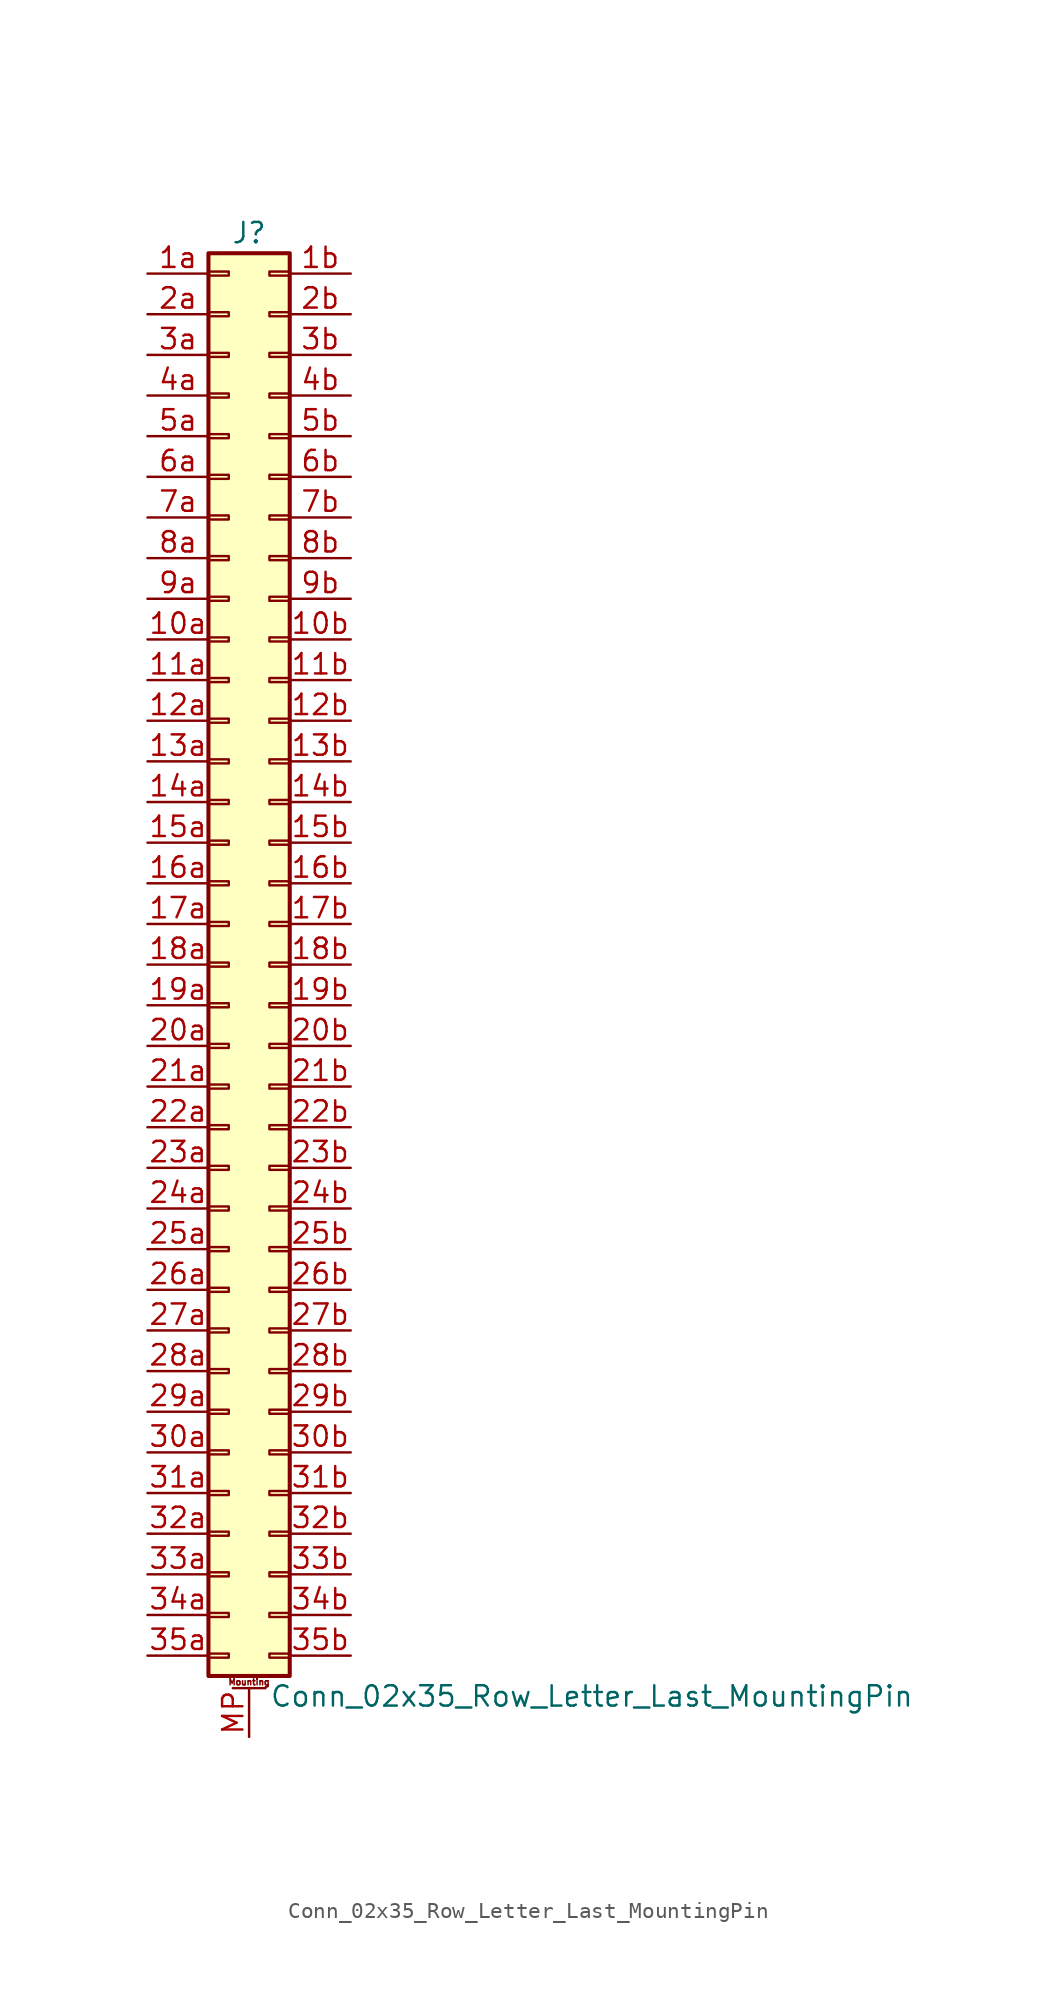
<source format=kicad_sym>
(kicad_symbol_lib
  (version 20201005)
  (generator kicad_symbol_editor)
  (symbol "Conn_02x35_Row_Letter_Last_MountingPin"
    (pin_names
      (offset 1.016) hide)
    (property "Reference" "J"
      (at 1.27 45.72 0)
      (effects (font (size 1.27 1.27))))
    (property "Value" "Conn_02x35_Row_Letter_Last_MountingPin"
      (at 2.54 -45.72 0)
      (effects (font (size 1.27 1.27)) (justify left)))
    (symbol "Conn_02x35_Row_Letter_Last_MountingPin_1_1"
      (text "Mounting" (at 1.27 -44.831 0) (effects (font (size 0.381 0.381))))
      (rectangle (start -1.27 -43.053) (end 0 -43.307) (stroke (width 0.152)) (fill (type none)))
      (rectangle (start -1.27 -40.513) (end 0 -40.767) (stroke (width 0.152)) (fill (type none)))
      (rectangle (start -1.27 -37.973) (end 0 -38.227) (stroke (width 0.152)) (fill (type none)))
      (rectangle (start -1.27 -35.433) (end 0 -35.687) (stroke (width 0.152)) (fill (type none)))
      (rectangle (start -1.27 -32.893) (end 0 -33.147) (stroke (width 0.152)) (fill (type none)))
      (rectangle (start -1.27 -30.353) (end 0 -30.607) (stroke (width 0.152)) (fill (type none)))
      (rectangle (start -1.27 -27.813) (end 0 -28.067) (stroke (width 0.152)) (fill (type none)))
      (rectangle (start -1.27 -25.273) (end 0 -25.527) (stroke (width 0.152)) (fill (type none)))
      (rectangle (start -1.27 -22.733) (end 0 -22.987) (stroke (width 0.152)) (fill (type none)))
      (rectangle (start -1.27 -20.193) (end 0 -20.447) (stroke (width 0.152)) (fill (type none)))
      (rectangle (start -1.27 -17.653) (end 0 -17.907) (stroke (width 0.152)) (fill (type none)))
      (rectangle (start -1.27 -15.113) (end 0 -15.367) (stroke (width 0.152)) (fill (type none)))
      (rectangle (start -1.27 -12.573) (end 0 -12.827) (stroke (width 0.152)) (fill (type none)))
      (rectangle (start -1.27 -10.033) (end 0 -10.287) (stroke (width 0.152)) (fill (type none)))
      (rectangle (start -1.27 -7.493) (end 0 -7.747) (stroke (width 0.152)) (fill (type none)))
      (rectangle (start -1.27 -4.953) (end 0 -5.207) (stroke (width 0.152)) (fill (type none)))
      (rectangle (start -1.27 -2.413) (end 0 -2.667) (stroke (width 0.152)) (fill (type none)))
      (rectangle (start -1.27 0.127) (end 0 -0.127) (stroke (width 0.152)) (fill (type none)))
      (rectangle (start -1.27 2.667) (end 0 2.413) (stroke (width 0.152)) (fill (type none)))
      (rectangle (start -1.27 5.207) (end 0 4.953) (stroke (width 0.152)) (fill (type none)))
      (rectangle (start -1.27 7.747) (end 0 7.493) (stroke (width 0.152)) (fill (type none)))
      (rectangle (start -1.27 10.287) (end 0 10.033) (stroke (width 0.152)) (fill (type none)))
      (rectangle (start -1.27 12.827) (end 0 12.573) (stroke (width 0.152)) (fill (type none)))
      (rectangle (start -1.27 15.367) (end 0 15.113) (stroke (width 0.152)) (fill (type none)))
      (rectangle (start -1.27 17.907) (end 0 17.653) (stroke (width 0.152)) (fill (type none)))
      (rectangle (start -1.27 20.447) (end 0 20.193) (stroke (width 0.152)) (fill (type none)))
      (rectangle (start -1.27 22.987) (end 0 22.733) (stroke (width 0.152)) (fill (type none)))
      (rectangle (start -1.27 25.527) (end 0 25.273) (stroke (width 0.152)) (fill (type none)))
      (rectangle (start -1.27 28.067) (end 0 27.813) (stroke (width 0.152)) (fill (type none)))
      (rectangle (start -1.27 30.607) (end 0 30.353) (stroke (width 0.152)) (fill (type none)))
      (rectangle (start -1.27 33.147) (end 0 32.893) (stroke (width 0.152)) (fill (type none)))
      (rectangle (start -1.27 35.687) (end 0 35.433) (stroke (width 0.152)) (fill (type none)))
      (rectangle (start -1.27 38.227) (end 0 37.973) (stroke (width 0.152)) (fill (type none)))
      (rectangle (start -1.27 40.767) (end 0 40.513) (stroke (width 0.152)) (fill (type none)))
      (rectangle (start -1.27 43.307) (end 0 43.053) (stroke (width 0.152)) (fill (type none)))
      (rectangle (start -1.27 44.45) (end 3.81 -44.45) (stroke (width 0.254)) (fill (type background)))
      (rectangle (start 3.81 -43.053) (end 2.54 -43.307) (stroke (width 0.152)) (fill (type none)))
      (rectangle (start 3.81 -40.513) (end 2.54 -40.767) (stroke (width 0.152)) (fill (type none)))
      (rectangle (start 3.81 -37.973) (end 2.54 -38.227) (stroke (width 0.152)) (fill (type none)))
      (rectangle (start 3.81 -35.433) (end 2.54 -35.687) (stroke (width 0.152)) (fill (type none)))
      (rectangle (start 3.81 -32.893) (end 2.54 -33.147) (stroke (width 0.152)) (fill (type none)))
      (rectangle (start 3.81 -30.353) (end 2.54 -30.607) (stroke (width 0.152)) (fill (type none)))
      (rectangle (start 3.81 -27.813) (end 2.54 -28.067) (stroke (width 0.152)) (fill (type none)))
      (rectangle (start 3.81 -25.273) (end 2.54 -25.527) (stroke (width 0.152)) (fill (type none)))
      (rectangle (start 3.81 -22.733) (end 2.54 -22.987) (stroke (width 0.152)) (fill (type none)))
      (rectangle (start 3.81 -20.193) (end 2.54 -20.447) (stroke (width 0.152)) (fill (type none)))
      (rectangle (start 3.81 -17.653) (end 2.54 -17.907) (stroke (width 0.152)) (fill (type none)))
      (rectangle (start 3.81 -15.113) (end 2.54 -15.367) (stroke (width 0.152)) (fill (type none)))
      (rectangle (start 3.81 -12.573) (end 2.54 -12.827) (stroke (width 0.152)) (fill (type none)))
      (rectangle (start 3.81 -10.033) (end 2.54 -10.287) (stroke (width 0.152)) (fill (type none)))
      (rectangle (start 3.81 -7.493) (end 2.54 -7.747) (stroke (width 0.152)) (fill (type none)))
      (rectangle (start 3.81 -4.953) (end 2.54 -5.207) (stroke (width 0.152)) (fill (type none)))
      (rectangle (start 3.81 -2.413) (end 2.54 -2.667) (stroke (width 0.152)) (fill (type none)))
      (rectangle (start 3.81 0.127) (end 2.54 -0.127) (stroke (width 0.152)) (fill (type none)))
      (rectangle (start 3.81 2.667) (end 2.54 2.413) (stroke (width 0.152)) (fill (type none)))
      (rectangle (start 3.81 5.207) (end 2.54 4.953) (stroke (width 0.152)) (fill (type none)))
      (rectangle (start 3.81 7.747) (end 2.54 7.493) (stroke (width 0.152)) (fill (type none)))
      (rectangle (start 3.81 10.287) (end 2.54 10.033) (stroke (width 0.152)) (fill (type none)))
      (rectangle (start 3.81 12.827) (end 2.54 12.573) (stroke (width 0.152)) (fill (type none)))
      (rectangle (start 3.81 15.367) (end 2.54 15.113) (stroke (width 0.152)) (fill (type none)))
      (rectangle (start 3.81 17.907) (end 2.54 17.653) (stroke (width 0.152)) (fill (type none)))
      (rectangle (start 3.81 20.447) (end 2.54 20.193) (stroke (width 0.152)) (fill (type none)))
      (rectangle (start 3.81 22.987) (end 2.54 22.733) (stroke (width 0.152)) (fill (type none)))
      (rectangle (start 3.81 25.527) (end 2.54 25.273) (stroke (width 0.152)) (fill (type none)))
      (rectangle (start 3.81 28.067) (end 2.54 27.813) (stroke (width 0.152)) (fill (type none)))
      (rectangle (start 3.81 30.607) (end 2.54 30.353) (stroke (width 0.152)) (fill (type none)))
      (rectangle (start 3.81 33.147) (end 2.54 32.893) (stroke (width 0.152)) (fill (type none)))
      (rectangle (start 3.81 35.687) (end 2.54 35.433) (stroke (width 0.152)) (fill (type none)))
      (rectangle (start 3.81 38.227) (end 2.54 37.973) (stroke (width 0.152)) (fill (type none)))
      (rectangle (start 3.81 40.767) (end 2.54 40.513) (stroke (width 0.152)) (fill (type none)))
      (rectangle (start 3.81 43.307) (end 2.54 43.053) (stroke (width 0.152)) (fill (type none)))
      (polyline (pts (xy 0.254 -45.212) (xy 2.286 -45.212)) (stroke (width 0.152)) (fill (type none)))
      (pin passive line (at -5.08 20.32 0) (length 3.81) (name "Pin_10a" (effects (font (size 1.27 1.27)))) (number "10a" (effects (font (size 1.27 1.27)))))
      (pin passive line (at 7.62 20.32 180) (length 3.81) (name "Pin_10b" (effects (font (size 1.27 1.27)))) (number "10b" (effects (font (size 1.27 1.27)))))
      (pin passive line (at -5.08 17.78 0) (length 3.81) (name "Pin_11a" (effects (font (size 1.27 1.27)))) (number "11a" (effects (font (size 1.27 1.27)))))
      (pin passive line (at 7.62 17.78 180) (length 3.81) (name "Pin_11b" (effects (font (size 1.27 1.27)))) (number "11b" (effects (font (size 1.27 1.27)))))
      (pin passive line (at -5.08 15.24 0) (length 3.81) (name "Pin_12a" (effects (font (size 1.27 1.27)))) (number "12a" (effects (font (size 1.27 1.27)))))
      (pin passive line (at 7.62 15.24 180) (length 3.81) (name "Pin_12b" (effects (font (size 1.27 1.27)))) (number "12b" (effects (font (size 1.27 1.27)))))
      (pin passive line (at -5.08 12.7 0) (length 3.81) (name "Pin_13a" (effects (font (size 1.27 1.27)))) (number "13a" (effects (font (size 1.27 1.27)))))
      (pin passive line (at 7.62 12.7 180) (length 3.81) (name "Pin_13b" (effects (font (size 1.27 1.27)))) (number "13b" (effects (font (size 1.27 1.27)))))
      (pin passive line (at -5.08 10.16 0) (length 3.81) (name "Pin_14a" (effects (font (size 1.27 1.27)))) (number "14a" (effects (font (size 1.27 1.27)))))
      (pin passive line (at 7.62 10.16 180) (length 3.81) (name "Pin_14b" (effects (font (size 1.27 1.27)))) (number "14b" (effects (font (size 1.27 1.27)))))
      (pin passive line (at -5.08 7.62 0) (length 3.81) (name "Pin_15a" (effects (font (size 1.27 1.27)))) (number "15a" (effects (font (size 1.27 1.27)))))
      (pin passive line (at 7.62 7.62 180) (length 3.81) (name "Pin_15b" (effects (font (size 1.27 1.27)))) (number "15b" (effects (font (size 1.27 1.27)))))
      (pin passive line (at -5.08 5.08 0) (length 3.81) (name "Pin_16a" (effects (font (size 1.27 1.27)))) (number "16a" (effects (font (size 1.27 1.27)))))
      (pin passive line (at 7.62 5.08 180) (length 3.81) (name "Pin_16b" (effects (font (size 1.27 1.27)))) (number "16b" (effects (font (size 1.27 1.27)))))
      (pin passive line (at -5.08 2.54 0) (length 3.81) (name "Pin_17a" (effects (font (size 1.27 1.27)))) (number "17a" (effects (font (size 1.27 1.27)))))
      (pin passive line (at 7.62 2.54 180) (length 3.81) (name "Pin_17b" (effects (font (size 1.27 1.27)))) (number "17b" (effects (font (size 1.27 1.27)))))
      (pin passive line (at -5.08 0 0) (length 3.81) (name "Pin_18a" (effects (font (size 1.27 1.27)))) (number "18a" (effects (font (size 1.27 1.27)))))
      (pin passive line (at 7.62 0 180) (length 3.81) (name "Pin_18b" (effects (font (size 1.27 1.27)))) (number "18b" (effects (font (size 1.27 1.27)))))
      (pin passive line (at -5.08 -2.54 0) (length 3.81) (name "Pin_19a" (effects (font (size 1.27 1.27)))) (number "19a" (effects (font (size 1.27 1.27)))))
      (pin passive line (at 7.62 -2.54 180) (length 3.81) (name "Pin_19b" (effects (font (size 1.27 1.27)))) (number "19b" (effects (font (size 1.27 1.27)))))
      (pin passive line (at -5.08 43.18 0) (length 3.81) (name "Pin_1a" (effects (font (size 1.27 1.27)))) (number "1a" (effects (font (size 1.27 1.27)))))
      (pin passive line (at 7.62 43.18 180) (length 3.81) (name "Pin_1b" (effects (font (size 1.27 1.27)))) (number "1b" (effects (font (size 1.27 1.27)))))
      (pin passive line (at -5.08 -5.08 0) (length 3.81) (name "Pin_20a" (effects (font (size 1.27 1.27)))) (number "20a" (effects (font (size 1.27 1.27)))))
      (pin passive line (at 7.62 -5.08 180) (length 3.81) (name "Pin_20b" (effects (font (size 1.27 1.27)))) (number "20b" (effects (font (size 1.27 1.27)))))
      (pin passive line (at -5.08 -7.62 0) (length 3.81) (name "Pin_21a" (effects (font (size 1.27 1.27)))) (number "21a" (effects (font (size 1.27 1.27)))))
      (pin passive line (at 7.62 -7.62 180) (length 3.81) (name "Pin_21b" (effects (font (size 1.27 1.27)))) (number "21b" (effects (font (size 1.27 1.27)))))
      (pin passive line (at -5.08 -10.16 0) (length 3.81) (name "Pin_22a" (effects (font (size 1.27 1.27)))) (number "22a" (effects (font (size 1.27 1.27)))))
      (pin passive line (at 7.62 -10.16 180) (length 3.81) (name "Pin_22b" (effects (font (size 1.27 1.27)))) (number "22b" (effects (font (size 1.27 1.27)))))
      (pin passive line (at -5.08 -12.7 0) (length 3.81) (name "Pin_23a" (effects (font (size 1.27 1.27)))) (number "23a" (effects (font (size 1.27 1.27)))))
      (pin passive line (at 7.62 -12.7 180) (length 3.81) (name "Pin_23b" (effects (font (size 1.27 1.27)))) (number "23b" (effects (font (size 1.27 1.27)))))
      (pin passive line (at -5.08 -15.24 0) (length 3.81) (name "Pin_24a" (effects (font (size 1.27 1.27)))) (number "24a" (effects (font (size 1.27 1.27)))))
      (pin passive line (at 7.62 -15.24 180) (length 3.81) (name "Pin_24b" (effects (font (size 1.27 1.27)))) (number "24b" (effects (font (size 1.27 1.27)))))
      (pin passive line (at -5.08 -17.78 0) (length 3.81) (name "Pin_25a" (effects (font (size 1.27 1.27)))) (number "25a" (effects (font (size 1.27 1.27)))))
      (pin passive line (at 7.62 -17.78 180) (length 3.81) (name "Pin_25b" (effects (font (size 1.27 1.27)))) (number "25b" (effects (font (size 1.27 1.27)))))
      (pin passive line (at -5.08 -20.32 0) (length 3.81) (name "Pin_26a" (effects (font (size 1.27 1.27)))) (number "26a" (effects (font (size 1.27 1.27)))))
      (pin passive line (at 7.62 -20.32 180) (length 3.81) (name "Pin_26b" (effects (font (size 1.27 1.27)))) (number "26b" (effects (font (size 1.27 1.27)))))
      (pin passive line (at -5.08 -22.86 0) (length 3.81) (name "Pin_27a" (effects (font (size 1.27 1.27)))) (number "27a" (effects (font (size 1.27 1.27)))))
      (pin passive line (at 7.62 -22.86 180) (length 3.81) (name "Pin_27b" (effects (font (size 1.27 1.27)))) (number "27b" (effects (font (size 1.27 1.27)))))
      (pin passive line (at -5.08 -25.4 0) (length 3.81) (name "Pin_28a" (effects (font (size 1.27 1.27)))) (number "28a" (effects (font (size 1.27 1.27)))))
      (pin passive line (at 7.62 -25.4 180) (length 3.81) (name "Pin_28b" (effects (font (size 1.27 1.27)))) (number "28b" (effects (font (size 1.27 1.27)))))
      (pin passive line (at -5.08 -27.94 0) (length 3.81) (name "Pin_29a" (effects (font (size 1.27 1.27)))) (number "29a" (effects (font (size 1.27 1.27)))))
      (pin passive line (at 7.62 -27.94 180) (length 3.81) (name "Pin_29b" (effects (font (size 1.27 1.27)))) (number "29b" (effects (font (size 1.27 1.27)))))
      (pin passive line (at -5.08 40.64 0) (length 3.81) (name "Pin_2a" (effects (font (size 1.27 1.27)))) (number "2a" (effects (font (size 1.27 1.27)))))
      (pin passive line (at 7.62 40.64 180) (length 3.81) (name "Pin_2b" (effects (font (size 1.27 1.27)))) (number "2b" (effects (font (size 1.27 1.27)))))
      (pin passive line (at -5.08 -30.48 0) (length 3.81) (name "Pin_30a" (effects (font (size 1.27 1.27)))) (number "30a" (effects (font (size 1.27 1.27)))))
      (pin passive line (at 7.62 -30.48 180) (length 3.81) (name "Pin_30b" (effects (font (size 1.27 1.27)))) (number "30b" (effects (font (size 1.27 1.27)))))
      (pin passive line (at -5.08 -33.02 0) (length 3.81) (name "Pin_31a" (effects (font (size 1.27 1.27)))) (number "31a" (effects (font (size 1.27 1.27)))))
      (pin passive line (at 7.62 -33.02 180) (length 3.81) (name "Pin_31b" (effects (font (size 1.27 1.27)))) (number "31b" (effects (font (size 1.27 1.27)))))
      (pin passive line (at -5.08 -35.56 0) (length 3.81) (name "Pin_32a" (effects (font (size 1.27 1.27)))) (number "32a" (effects (font (size 1.27 1.27)))))
      (pin passive line (at 7.62 -35.56 180) (length 3.81) (name "Pin_32b" (effects (font (size 1.27 1.27)))) (number "32b" (effects (font (size 1.27 1.27)))))
      (pin passive line (at -5.08 -38.1 0) (length 3.81) (name "Pin_33a" (effects (font (size 1.27 1.27)))) (number "33a" (effects (font (size 1.27 1.27)))))
      (pin passive line (at 7.62 -38.1 180) (length 3.81) (name "Pin_33b" (effects (font (size 1.27 1.27)))) (number "33b" (effects (font (size 1.27 1.27)))))
      (pin passive line (at -5.08 -40.64 0) (length 3.81) (name "Pin_34a" (effects (font (size 1.27 1.27)))) (number "34a" (effects (font (size 1.27 1.27)))))
      (pin passive line (at 7.62 -40.64 180) (length 3.81) (name "Pin_34b" (effects (font (size 1.27 1.27)))) (number "34b" (effects (font (size 1.27 1.27)))))
      (pin passive line (at -5.08 -43.18 0) (length 3.81) (name "Pin_35a" (effects (font (size 1.27 1.27)))) (number "35a" (effects (font (size 1.27 1.27)))))
      (pin passive line (at 7.62 -43.18 180) (length 3.81) (name "Pin_35b" (effects (font (size 1.27 1.27)))) (number "35b" (effects (font (size 1.27 1.27)))))
      (pin passive line (at -5.08 38.1 0) (length 3.81) (name "Pin_3a" (effects (font (size 1.27 1.27)))) (number "3a" (effects (font (size 1.27 1.27)))))
      (pin passive line (at 7.62 38.1 180) (length 3.81) (name "Pin_3b" (effects (font (size 1.27 1.27)))) (number "3b" (effects (font (size 1.27 1.27)))))
      (pin passive line (at -5.08 35.56 0) (length 3.81) (name "Pin_4a" (effects (font (size 1.27 1.27)))) (number "4a" (effects (font (size 1.27 1.27)))))
      (pin passive line (at 7.62 35.56 180) (length 3.81) (name "Pin_4b" (effects (font (size 1.27 1.27)))) (number "4b" (effects (font (size 1.27 1.27)))))
      (pin passive line (at -5.08 33.02 0) (length 3.81) (name "Pin_5a" (effects (font (size 1.27 1.27)))) (number "5a" (effects (font (size 1.27 1.27)))))
      (pin passive line (at 7.62 33.02 180) (length 3.81) (name "Pin_5b" (effects (font (size 1.27 1.27)))) (number "5b" (effects (font (size 1.27 1.27)))))
      (pin passive line (at -5.08 30.48 0) (length 3.81) (name "Pin_6a" (effects (font (size 1.27 1.27)))) (number "6a" (effects (font (size 1.27 1.27)))))
      (pin passive line (at 7.62 30.48 180) (length 3.81) (name "Pin_6b" (effects (font (size 1.27 1.27)))) (number "6b" (effects (font (size 1.27 1.27)))))
      (pin passive line (at -5.08 27.94 0) (length 3.81) (name "Pin_7a" (effects (font (size 1.27 1.27)))) (number "7a" (effects (font (size 1.27 1.27)))))
      (pin passive line (at 7.62 27.94 180) (length 3.81) (name "Pin_7b" (effects (font (size 1.27 1.27)))) (number "7b" (effects (font (size 1.27 1.27)))))
      (pin passive line (at -5.08 25.4 0) (length 3.81) (name "Pin_8a" (effects (font (size 1.27 1.27)))) (number "8a" (effects (font (size 1.27 1.27)))))
      (pin passive line (at 7.62 25.4 180) (length 3.81) (name "Pin_8b" (effects (font (size 1.27 1.27)))) (number "8b" (effects (font (size 1.27 1.27)))))
      (pin passive line (at -5.08 22.86 0) (length 3.81) (name "Pin_9a" (effects (font (size 1.27 1.27)))) (number "9a" (effects (font (size 1.27 1.27)))))
      (pin passive line (at 7.62 22.86 180) (length 3.81) (name "Pin_9b" (effects (font (size 1.27 1.27)))) (number "9b" (effects (font (size 1.27 1.27)))))
      (pin passive line (at 1.27 -48.26 90) (length 3.048) (name "MountPin" (effects (font (size 1.27 1.27)))) (number "MP" (effects (font (size 1.27 1.27))))))))
</source>
